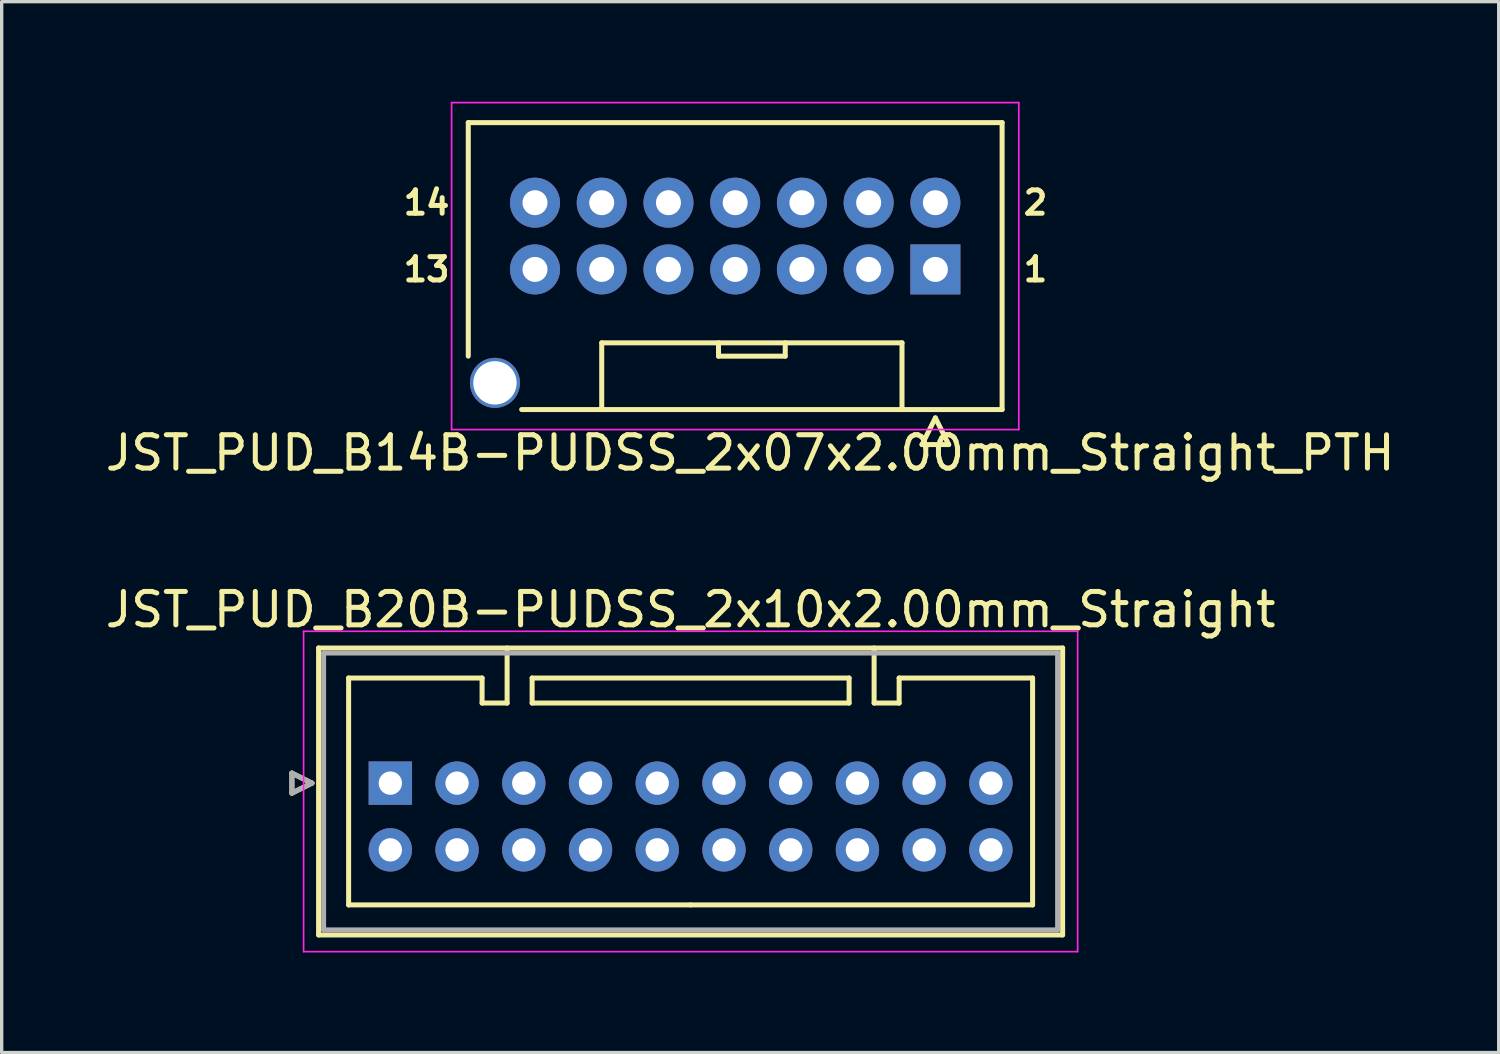
<source format=kicad_pcb>
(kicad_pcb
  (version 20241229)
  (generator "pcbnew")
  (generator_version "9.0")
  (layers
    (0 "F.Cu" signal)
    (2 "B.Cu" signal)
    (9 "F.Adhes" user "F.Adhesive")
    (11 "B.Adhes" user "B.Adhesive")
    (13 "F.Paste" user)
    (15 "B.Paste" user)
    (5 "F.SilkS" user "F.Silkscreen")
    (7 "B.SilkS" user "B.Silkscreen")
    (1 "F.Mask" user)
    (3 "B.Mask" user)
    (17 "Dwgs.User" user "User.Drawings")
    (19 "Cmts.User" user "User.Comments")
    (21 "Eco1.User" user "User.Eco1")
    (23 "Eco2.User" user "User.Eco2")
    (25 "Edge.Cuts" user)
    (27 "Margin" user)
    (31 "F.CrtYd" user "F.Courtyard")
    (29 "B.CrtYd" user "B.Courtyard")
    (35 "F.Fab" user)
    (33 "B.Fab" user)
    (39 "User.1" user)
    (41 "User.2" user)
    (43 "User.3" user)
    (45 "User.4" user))
  (footprint "JST_PUD_B14B-PUDSS_2x07x2.00mm_Straight_PTH"
    (layer "F.Cu")
    (at 24.985 5.025)
    (property "Reference" "JST_PUD_B14B-PUDSS_2x07x2.00mm_Straight_PTH" (at -5.55 5.5 0) (layer "F.SilkS") (effects (font (size 1 1) (thickness 0.15))))
    (attr through_hole)
    (fp_line (start -14 -4.4) (end -14 2.6) (stroke (width 0.15) (type solid)) (layer "F.SilkS"))
    (fp_line (start -12.4 4.2) (end 2 4.2) (stroke (width 0.15) (type solid)) (layer "F.SilkS"))
    (fp_line (start -10 2.2) (end -10 4.2) (stroke (width 0.15) (type solid)) (layer "F.SilkS"))
    (fp_line (start -6.5 2.6) (end -6.5 2.2) (stroke (width 0.15) (type solid)) (layer "F.SilkS"))
    (fp_line (start -4.5 2.2) (end -4.5 2.6) (stroke (width 0.15) (type solid)) (layer "F.SilkS"))
    (fp_line (start -4.5 2.6) (end -6.5 2.6) (stroke (width 0.15) (type solid)) (layer "F.SilkS"))
    (fp_line (start -1 2.2) (end -10 2.2) (stroke (width 0.15) (type solid)) (layer "F.SilkS"))
    (fp_line (start -1 4.2) (end -1 2.2) (stroke (width 0.15) (type solid)) (layer "F.SilkS"))
    (fp_line (start -0.4 5.25) (end 0 4.45) (stroke (width 0.15) (type solid)) (layer "F.SilkS"))
    (fp_line (start 0 4.45) (end 0.4 5.25) (stroke (width 0.15) (type solid)) (layer "F.SilkS"))
    (fp_line (start 0.4 5.25) (end -0.4 5.25) (stroke (width 0.15) (type solid)) (layer "F.SilkS"))
    (fp_line (start 2 -4.4) (end -14 -4.4) (stroke (width 0.15) (type solid)) (layer "F.SilkS"))
    (fp_line (start 2 4.2) (end 2 -4.4) (stroke (width 0.15) (type solid)) (layer "F.SilkS"))
    (fp_line (start -14.5 -5) (end 2.5 -5) (stroke (width 0.05) (type solid)) (layer "F.CrtYd"))
    (fp_line (start -14.5 4.8) (end -14.5 -5) (stroke (width 0.05) (type solid)) (layer "F.CrtYd"))
    (fp_line (start 2.5 -5) (end 2.5 4.8) (stroke (width 0.05) (type solid)) (layer "F.CrtYd"))
    (fp_line (start 2.5 4.8) (end -14.5 4.8) (stroke (width 0.05) (type solid)) (layer "F.CrtYd"))
    (fp_text user "1" (at 3 0 0) (layer "F.SilkS") (effects (font (size 0.7 0.7) (thickness 0.15))))
    (fp_text user "2" (at 3 -2 0) (layer "F.SilkS") (effects (font (size 0.7 0.7) (thickness 0.15))))
    (fp_text user "14" (at -15.25 -2 0) (layer "F.SilkS") (effects (font (size 0.7 0.7) (thickness 0.15))))
    (fp_text user "13" (at -15.25 0 0) (layer "F.SilkS") (effects (font (size 0.7 0.7) (thickness 0.15))))
    (pad "" thru_hole circle (at -13.2 3.4) (size 1.5 1.5) (drill 1.3) (layers "*.Cu" "*.Mask"))
    (pad "1" thru_hole rect (at 0 0) (size 1.5 1.5) (drill 0.75) (layers "*.Cu" "*.Mask"))
    (pad "2" thru_hole circle (at 0 -2) (size 1.5 1.5) (drill 0.75) (layers "*.Cu" "*.Mask"))
    (pad "3" thru_hole circle (at -2 0) (size 1.5 1.5) (drill 0.75) (layers "*.Cu" "*.Mask"))
    (pad "4" thru_hole circle (at -2 -2) (size 1.5 1.5) (drill 0.75) (layers "*.Cu" "*.Mask"))
    (pad "5" thru_hole circle (at -4 0) (size 1.5 1.5) (drill 0.75) (layers "*.Cu" "*.Mask"))
    (pad "6" thru_hole circle (at -4 -2) (size 1.5 1.5) (drill 0.75) (layers "*.Cu" "*.Mask"))
    (pad "7" thru_hole circle (at -6 0) (size 1.5 1.5) (drill 0.75) (layers "*.Cu" "*.Mask"))
    (pad "8" thru_hole circle (at -6 -2) (size 1.5 1.5) (drill 0.75) (layers "*.Cu" "*.Mask"))
    (pad "9" thru_hole circle (at -8 0) (size 1.5 1.5) (drill 0.75) (layers "*.Cu" "*.Mask"))
    (pad "10" thru_hole circle (at -8 -2) (size 1.5 1.5) (drill 0.75) (layers "*.Cu" "*.Mask"))
    (pad "11" thru_hole circle (at -10 0) (size 1.5 1.5) (drill 0.75) (layers "*.Cu" "*.Mask"))
    (pad "12" thru_hole circle (at -10 -2) (size 1.5 1.5) (drill 0.75) (layers "*.Cu" "*.Mask"))
    (pad "13" thru_hole circle (at -12 0) (size 1.5 1.5) (drill 0.75) (layers "*.Cu" "*.Mask"))
    (pad "14" thru_hole circle (at -12 -2) (size 1.5 1.5) (drill 0.75) (layers "*.Cu" "*.Mask")))
  (footprint "JST_PUD_B20B-PUDSS_2x10x2.00mm_Straight"
    (layer "F.Cu")
    (at 8.649 20.422)
    (property "Reference" "JST_PUD_B20B-PUDSS_2x10x2.00mm_Straight" (at 9 -5.2 0) (layer "F.SilkS") (effects (font (size 1 1) (thickness 0.15))))
    (attr through_hole)
    (fp_line (start -2.95 -0.3) (end -2.35 0) (stroke (width 0.15) (type solid)) (layer "F.SilkS"))
    (fp_line (start -2.95 0.3) (end -2.95 -0.3) (stroke (width 0.15) (type solid)) (layer "F.SilkS"))
    (fp_line (start -2.35 0) (end -2.95 0.3) (stroke (width 0.15) (type solid)) (layer "F.SilkS"))
    (fp_line (start -2.15 -4.05) (end -2.15 4.55) (stroke (width 0.15) (type solid)) (layer "F.SilkS"))
    (fp_line (start -2.15 4.55) (end 20.15 4.55) (stroke (width 0.15) (type solid)) (layer "F.SilkS"))
    (fp_line (start -1.25 -3.15) (end -1.25 3.65) (stroke (width 0.15) (type solid)) (layer "F.SilkS"))
    (fp_line (start -1.25 3.65) (end 9 3.65) (stroke (width 0.15) (type solid)) (layer "F.SilkS"))
    (fp_line (start 2.75 -3.15) (end -1.25 -3.15) (stroke (width 0.15) (type solid)) (layer "F.SilkS"))
    (fp_line (start 2.75 -2.4) (end 2.75 -3.15) (stroke (width 0.15) (type solid)) (layer "F.SilkS"))
    (fp_line (start 3.5 -4.05) (end 3.5 -2.4) (stroke (width 0.15) (type solid)) (layer "F.SilkS"))
    (fp_line (start 3.5 -2.4) (end 2.75 -2.4) (stroke (width 0.15) (type solid)) (layer "F.SilkS"))
    (fp_line (start 4.25 -3.15) (end 4.25 -2.4) (stroke (width 0.15) (type solid)) (layer "F.SilkS"))
    (fp_line (start 4.25 -2.4) (end 13.75 -2.4) (stroke (width 0.15) (type solid)) (layer "F.SilkS"))
    (fp_line (start 13.75 -3.15) (end 4.25 -3.15) (stroke (width 0.15) (type solid)) (layer "F.SilkS"))
    (fp_line (start 13.75 -2.4) (end 13.75 -3.15) (stroke (width 0.15) (type solid)) (layer "F.SilkS"))
    (fp_line (start 14.5 -4.05) (end 14.5 -2.4) (stroke (width 0.15) (type solid)) (layer "F.SilkS"))
    (fp_line (start 14.5 -2.4) (end 15.25 -2.4) (stroke (width 0.15) (type solid)) (layer "F.SilkS"))
    (fp_line (start 15.25 -3.15) (end 19.25 -3.15) (stroke (width 0.15) (type solid)) (layer "F.SilkS"))
    (fp_line (start 15.25 -2.4) (end 15.25 -3.15) (stroke (width 0.15) (type solid)) (layer "F.SilkS"))
    (fp_line (start 19.25 -3.15) (end 19.25 3.65) (stroke (width 0.15) (type solid)) (layer "F.SilkS"))
    (fp_line (start 19.25 3.65) (end 9 3.65) (stroke (width 0.15) (type solid)) (layer "F.SilkS"))
    (fp_line (start 20.15 -4.05) (end -2.15 -4.05) (stroke (width 0.15) (type solid)) (layer "F.SilkS"))
    (fp_line (start 20.15 4.55) (end 20.15 -4.05) (stroke (width 0.15) (type solid)) (layer "F.SilkS"))
    (fp_line (start -2.6 -4.55) (end -2.6 5.05) (stroke (width 0.05) (type solid)) (layer "F.CrtYd"))
    (fp_line (start -2.6 5.05) (end 20.6 5.05) (stroke (width 0.05) (type solid)) (layer "F.CrtYd"))
    (fp_line (start 20.6 -4.55) (end -2.6 -4.55) (stroke (width 0.05) (type solid)) (layer "F.CrtYd"))
    (fp_line (start 20.6 5.05) (end 20.6 -4.55) (stroke (width 0.05) (type solid)) (layer "F.CrtYd"))
    (fp_line (start -2.95 -0.3) (end -2.35 0) (stroke (width 0.15) (type solid)) (layer "F.Fab"))
    (fp_line (start -2.95 0.3) (end -2.95 -0.3) (stroke (width 0.15) (type solid)) (layer "F.Fab"))
    (fp_line (start -2.35 0) (end -2.95 0.3) (stroke (width 0.15) (type solid)) (layer "F.Fab"))
    (fp_line (start -2 -3.9) (end -2 4.4) (stroke (width 0.15) (type solid)) (layer "F.Fab"))
    (fp_line (start -2 4.4) (end 20 4.4) (stroke (width 0.15) (type solid)) (layer "F.Fab"))
    (fp_line (start 20 -3.9) (end -2 -3.9) (stroke (width 0.15) (type solid)) (layer "F.Fab"))
    (fp_line (start 20 4.4) (end 20 -3.9) (stroke (width 0.15) (type solid)) (layer "F.Fab"))
    (pad "1" thru_hole rect (at 0 0) (size 1.3 1.3) (drill 0.7) (layers "*.Cu" "*.Mask"))
    (pad "2" thru_hole circle (at 0 2) (size 1.3 1.3) (drill 0.7) (layers "*.Cu" "*.Mask"))
    (pad "3" thru_hole circle (at 2 0) (size 1.3 1.3) (drill 0.7) (layers "*.Cu" "*.Mask"))
    (pad "4" thru_hole circle (at 2 2) (size 1.3 1.3) (drill 0.7) (layers "*.Cu" "*.Mask"))
    (pad "5" thru_hole circle (at 4 0) (size 1.3 1.3) (drill 0.7) (layers "*.Cu" "*.Mask"))
    (pad "6" thru_hole circle (at 4 2) (size 1.3 1.3) (drill 0.7) (layers "*.Cu" "*.Mask"))
    (pad "7" thru_hole circle (at 6 0) (size 1.3 1.3) (drill 0.7) (layers "*.Cu" "*.Mask"))
    (pad "8" thru_hole circle (at 6 2) (size 1.3 1.3) (drill 0.7) (layers "*.Cu" "*.Mask"))
    (pad "9" thru_hole circle (at 8 0) (size 1.3 1.3) (drill 0.7) (layers "*.Cu" "*.Mask"))
    (pad "10" thru_hole circle (at 8 2) (size 1.3 1.3) (drill 0.7) (layers "*.Cu" "*.Mask"))
    (pad "11" thru_hole circle (at 10 0) (size 1.3 1.3) (drill 0.7) (layers "*.Cu" "*.Mask"))
    (pad "12" thru_hole circle (at 10 2) (size 1.3 1.3) (drill 0.7) (layers "*.Cu" "*.Mask"))
    (pad "13" thru_hole circle (at 12 0) (size 1.3 1.3) (drill 0.7) (layers "*.Cu" "*.Mask"))
    (pad "14" thru_hole circle (at 12 2) (size 1.3 1.3) (drill 0.7) (layers "*.Cu" "*.Mask"))
    (pad "15" thru_hole circle (at 14 0) (size 1.3 1.3) (drill 0.7) (layers "*.Cu" "*.Mask"))
    (pad "16" thru_hole circle (at 14 2) (size 1.3 1.3) (drill 0.7) (layers "*.Cu" "*.Mask"))
    (pad "17" thru_hole circle (at 16 0) (size 1.3 1.3) (drill 0.7) (layers "*.Cu" "*.Mask"))
    (pad "18" thru_hole circle (at 16 2) (size 1.3 1.3) (drill 0.7) (layers "*.Cu" "*.Mask"))
    (pad "19" thru_hole circle (at 18 0) (size 1.3 1.3) (drill 0.7) (layers "*.Cu" "*.Mask"))
    (pad "20" thru_hole circle (at 18 2) (size 1.3 1.3) (drill 0.7) (layers "*.Cu" "*.Mask")))
  (gr_rect
    (start -3 -3)
    (end 41.869 28.497)
    (stroke (width 0.1) (type default))
    (fill no)
    (layer "Edge.Cuts")))
</source>
